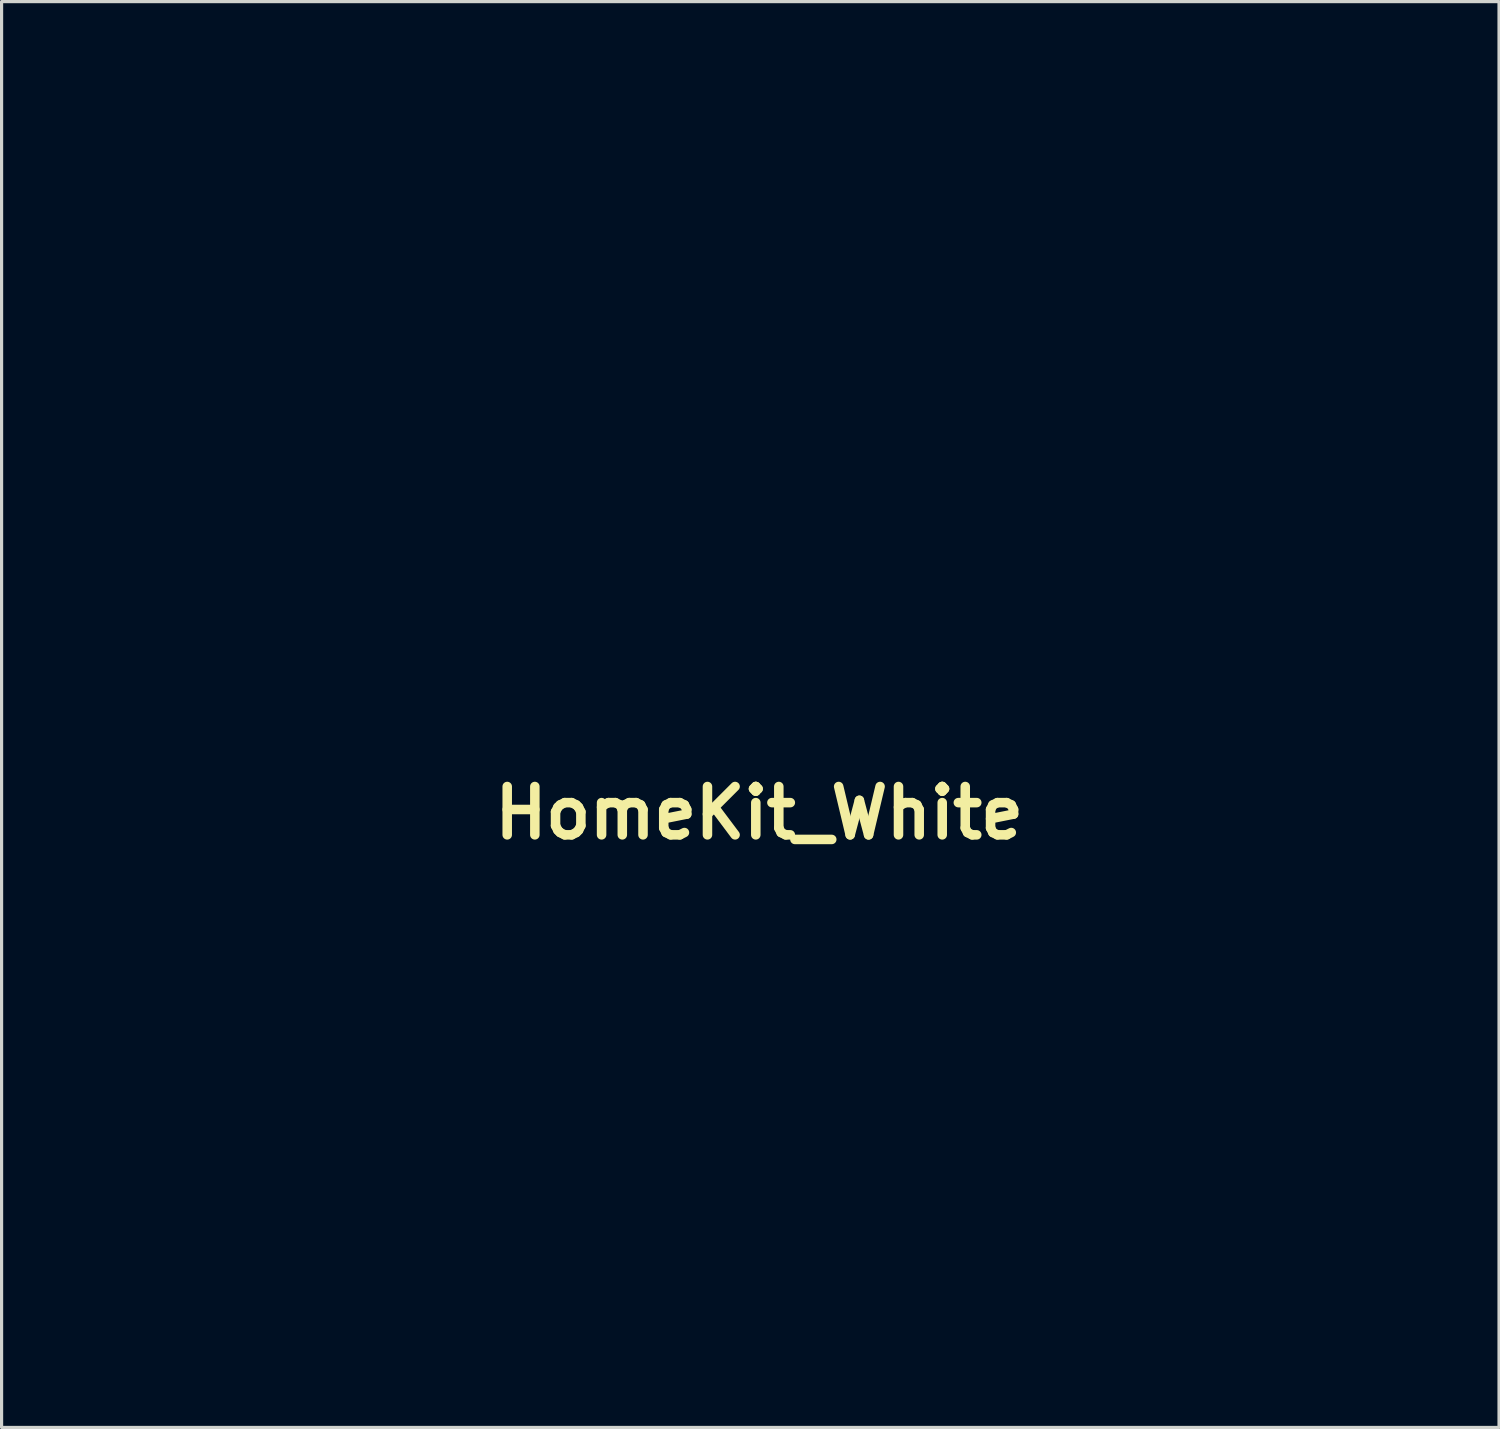
<source format=kicad_pcb>
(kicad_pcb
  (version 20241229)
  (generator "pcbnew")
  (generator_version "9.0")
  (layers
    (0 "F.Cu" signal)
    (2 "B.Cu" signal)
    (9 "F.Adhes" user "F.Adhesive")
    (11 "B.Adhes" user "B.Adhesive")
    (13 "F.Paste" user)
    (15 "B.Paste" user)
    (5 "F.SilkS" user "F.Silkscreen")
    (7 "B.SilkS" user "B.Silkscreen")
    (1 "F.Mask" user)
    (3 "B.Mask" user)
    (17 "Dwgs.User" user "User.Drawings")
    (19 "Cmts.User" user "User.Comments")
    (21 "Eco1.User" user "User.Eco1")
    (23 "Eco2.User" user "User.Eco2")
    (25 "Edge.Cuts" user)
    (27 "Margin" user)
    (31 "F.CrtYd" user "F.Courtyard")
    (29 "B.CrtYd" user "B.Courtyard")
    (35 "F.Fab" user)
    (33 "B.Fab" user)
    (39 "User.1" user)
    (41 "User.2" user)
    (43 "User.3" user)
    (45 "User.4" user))
  (footprint "HomeKit_White"
    (layer "F.Cu")
    (at 20.889 22.583)
    (property "Reference" "HomeKit_White" (at 0 0 0) (layer "F.SilkS") (effects (font (size 1.524 1.524) (thickness 0.3))))
    (attr through_hole)
    (fp_poly (pts (xy -20.602 -6.35) (xy -20.743 -6.209) (xy -20.884 -6.35) (xy -20.743 -6.491) (xy -20.602 -6.35)) (stroke (width 0.01) (type solid)) (fill yes) (layer "F.Mask"))
    (fp_poly (pts (xy -20.038 -6.632) (xy -20.179 -6.491) (xy -20.32 -6.632) (xy -20.179 -6.773) (xy -20.038 -6.632)) (stroke (width 0.01) (type solid)) (fill yes) (layer "F.Mask"))
    (fp_poly (pts (xy -18.627 -6.632) (xy -18.768 -6.491) (xy -18.909 -6.632) (xy -18.768 -6.773) (xy -18.627 -6.632)) (stroke (width 0.01) (type solid)) (fill yes) (layer "F.Mask"))
    (fp_poly (pts (xy -18.344 -7.761) (xy -18.486 -7.62) (xy -18.627 -7.761) (xy -18.486 -7.902) (xy -18.344 -7.761)) (stroke (width 0.01) (type solid)) (fill yes) (layer "F.Mask"))
    (fp_poly (pts (xy -16.651 -8.89) (xy -16.792 -8.749) (xy -16.933 -8.89) (xy -16.792 -9.031) (xy -16.651 -8.89)) (stroke (width 0.01) (type solid)) (fill yes) (layer "F.Mask"))
    (fp_poly (pts (xy -16.369 -6.068) (xy -16.51 -5.927) (xy -16.651 -6.068) (xy -16.51 -6.209) (xy -16.369 -6.068)) (stroke (width 0.01) (type solid)) (fill yes) (layer "F.Mask"))
    (fp_poly (pts (xy -16.087 15.099) (xy -16.228 15.24) (xy -16.369 15.099) (xy -16.228 14.958) (xy -16.087 15.099)) (stroke (width 0.01) (type solid)) (fill yes) (layer "F.Mask"))
    (fp_poly (pts (xy -15.522 -4.939) (xy -15.663 -4.798) (xy -15.804 -4.939) (xy -15.663 -5.08) (xy -15.522 -4.939)) (stroke (width 0.01) (type solid)) (fill yes) (layer "F.Mask"))
    (fp_poly (pts (xy -15.24 -8.608) (xy -15.381 -8.467) (xy -15.522 -8.608) (xy -15.381 -8.749) (xy -15.24 -8.608)) (stroke (width 0.01) (type solid)) (fill yes) (layer "F.Mask"))
    (fp_poly (pts (xy -14.958 -10.583) (xy -15.099 -10.442) (xy -15.24 -10.583) (xy -15.099 -10.724) (xy -14.958 -10.583)) (stroke (width 0.01) (type solid)) (fill yes) (layer "F.Mask"))
    (fp_poly (pts (xy -14.958 12.841) (xy -15.099 12.982) (xy -15.24 12.841) (xy -15.099 12.7) (xy -14.958 12.841)) (stroke (width 0.01) (type solid)) (fill yes) (layer "F.Mask"))
    (fp_poly (pts (xy -14.676 -8.326) (xy -14.817 -8.184) (xy -14.958 -8.326) (xy -14.817 -8.467) (xy -14.676 -8.326)) (stroke (width 0.01) (type solid)) (fill yes) (layer "F.Mask"))
    (fp_poly (pts (xy -14.676 -6.914) (xy -14.817 -6.773) (xy -14.958 -6.914) (xy -14.817 -7.056) (xy -14.676 -6.914)) (stroke (width 0.01) (type solid)) (fill yes) (layer "F.Mask"))
    (fp_poly (pts (xy -14.111 -9.737) (xy -14.252 -9.596) (xy -14.393 -9.737) (xy -14.252 -9.878) (xy -14.111 -9.737)) (stroke (width 0.01) (type solid)) (fill yes) (layer "F.Mask"))
    (fp_poly (pts (xy -13.829 -10.301) (xy -13.97 -10.16) (xy -14.111 -10.301) (xy -13.97 -10.442) (xy -13.829 -10.301)) (stroke (width 0.01) (type solid)) (fill yes) (layer "F.Mask"))
    (fp_poly (pts (xy -12.982 13.97) (xy -13.123 14.111) (xy -13.264 13.97) (xy -13.123 13.829) (xy -12.982 13.97)) (stroke (width 0.01) (type solid)) (fill yes) (layer "F.Mask"))
    (fp_poly (pts (xy -12.418 -12.841) (xy -12.559 -12.7) (xy -12.7 -12.841) (xy -12.559 -12.982) (xy -12.418 -12.841)) (stroke (width 0.01) (type solid)) (fill yes) (layer "F.Mask"))
    (fp_poly (pts (xy -11.289 -13.123) (xy -11.43 -12.982) (xy -11.571 -13.123) (xy -11.43 -13.264) (xy -11.289 -13.123)) (stroke (width 0.01) (type solid)) (fill yes) (layer "F.Mask"))
    (fp_poly (pts (xy -11.289 -11.994) (xy -11.43 -11.853) (xy -11.571 -11.994) (xy -11.43 -12.136) (xy -11.289 -11.994)) (stroke (width 0.01) (type solid)) (fill yes) (layer "F.Mask"))
    (fp_poly (pts (xy -9.878 -14.817) (xy -10.019 -14.676) (xy -10.16 -14.817) (xy -10.019 -14.958) (xy -9.878 -14.817)) (stroke (width 0.01) (type solid)) (fill yes) (layer "F.Mask"))
    (fp_poly (pts (xy -9.031 -13.97) (xy -9.172 -13.829) (xy -9.313 -13.97) (xy -9.172 -14.111) (xy -9.031 -13.97)) (stroke (width 0.01) (type solid)) (fill yes) (layer "F.Mask"))
    (fp_poly (pts (xy -9.031 -6.914) (xy -9.172 -6.773) (xy -9.313 -6.914) (xy -9.172 -7.056) (xy -9.031 -6.914)) (stroke (width 0.01) (type solid)) (fill yes) (layer "F.Mask"))
    (fp_poly (pts (xy -9.031 -6.35) (xy -9.172 -6.209) (xy -9.313 -6.35) (xy -9.172 -6.491) (xy -9.031 -6.35)) (stroke (width 0.01) (type solid)) (fill yes) (layer "F.Mask"))
    (fp_poly (pts (xy -9.031 8.89) (xy -9.172 9.031) (xy -9.313 8.89) (xy -9.172 8.749) (xy -9.031 8.89)) (stroke (width 0.01) (type solid)) (fill yes) (layer "F.Mask"))
    (fp_poly (pts (xy -9.031 9.454) (xy -9.172 9.596) (xy -9.313 9.454) (xy -9.172 9.313) (xy -9.031 9.454)) (stroke (width 0.01) (type solid)) (fill yes) (layer "F.Mask"))
    (fp_poly (pts (xy -8.749 -13.123) (xy -8.89 -12.982) (xy -9.031 -13.123) (xy -8.89 -13.264) (xy -8.749 -13.123)) (stroke (width 0.01) (type solid)) (fill yes) (layer "F.Mask"))
    (fp_poly (pts (xy -8.184 -13.688) (xy -8.326 -13.547) (xy -8.467 -13.688) (xy -8.326 -13.829) (xy -8.184 -13.688)) (stroke (width 0.01) (type solid)) (fill yes) (layer "F.Mask"))
    (fp_poly (pts (xy -8.184 7.197) (xy -8.326 7.338) (xy -8.467 7.197) (xy -8.326 7.056) (xy -8.184 7.197)) (stroke (width 0.01) (type solid)) (fill yes) (layer "F.Mask"))
    (fp_poly (pts (xy -7.902 -4.657) (xy -8.043 -4.516) (xy -8.184 -4.657) (xy -8.043 -4.798) (xy -7.902 -4.657)) (stroke (width 0.01) (type solid)) (fill yes) (layer "F.Mask"))
    (fp_poly (pts (xy -7.338 -16.792) (xy -7.479 -16.651) (xy -7.62 -16.792) (xy -7.479 -16.933) (xy -7.338 -16.792)) (stroke (width 0.01) (type solid)) (fill yes) (layer "F.Mask"))
    (fp_poly (pts (xy -7.338 -15.663) (xy -7.479 -15.522) (xy -7.62 -15.663) (xy -7.479 -15.804) (xy -7.338 -15.663)) (stroke (width 0.01) (type solid)) (fill yes) (layer "F.Mask"))
    (fp_poly (pts (xy -6.773 -8.608) (xy -6.914 -8.467) (xy -7.056 -8.608) (xy -6.914 -8.749) (xy -6.773 -8.608)) (stroke (width 0.01) (type solid)) (fill yes) (layer "F.Mask"))
    (fp_poly (pts (xy -6.773 7.197) (xy -6.914 7.338) (xy -7.056 7.197) (xy -6.914 7.056) (xy -6.773 7.197)) (stroke (width 0.01) (type solid)) (fill yes) (layer "F.Mask"))
    (fp_poly (pts (xy -5.927 -16.228) (xy -6.068 -16.087) (xy -6.209 -16.228) (xy -6.068 -16.369) (xy -5.927 -16.228)) (stroke (width 0.01) (type solid)) (fill yes) (layer "F.Mask"))
    (fp_poly (pts (xy -5.927 -7.479) (xy -6.068 -7.338) (xy -6.209 -7.479) (xy -6.068 -7.62) (xy -5.927 -7.479)) (stroke (width 0.01) (type solid)) (fill yes) (layer "F.Mask"))
    (fp_poly (pts (xy -5.644 -9.172) (xy -5.786 -9.031) (xy -5.927 -9.172) (xy -5.786 -9.313) (xy -5.644 -9.172)) (stroke (width 0.01) (type solid)) (fill yes) (layer "F.Mask"))
    (fp_poly (pts (xy -5.08 -18.486) (xy -5.221 -18.344) (xy -5.362 -18.486) (xy -5.221 -18.627) (xy -5.08 -18.486)) (stroke (width 0.01) (type solid)) (fill yes) (layer "F.Mask"))
    (fp_poly (pts (xy -3.951 -19.332) (xy -4.092 -19.191) (xy -4.233 -19.332) (xy -4.092 -19.473) (xy -3.951 -19.332)) (stroke (width 0.01) (type solid)) (fill yes) (layer "F.Mask"))
    (fp_poly (pts (xy -3.951 -8.326) (xy -4.092 -8.184) (xy -4.233 -8.326) (xy -4.092 -8.467) (xy -3.951 -8.326)) (stroke (width 0.01) (type solid)) (fill yes) (layer "F.Mask"))
    (fp_poly (pts (xy -3.951 -2.117) (xy -4.092 -1.976) (xy -4.233 -2.117) (xy -4.092 -2.258) (xy -3.951 -2.117)) (stroke (width 0.01) (type solid)) (fill yes) (layer "F.Mask"))
    (fp_poly (pts (xy -3.669 -2.963) (xy -3.81 -2.822) (xy -3.951 -2.963) (xy -3.81 -3.104) (xy -3.669 -2.963)) (stroke (width 0.01) (type solid)) (fill yes) (layer "F.Mask"))
    (fp_poly (pts (xy -3.669 1.27) (xy -3.81 1.411) (xy -3.951 1.27) (xy -3.81 1.129) (xy -3.669 1.27)) (stroke (width 0.01) (type solid)) (fill yes) (layer "F.Mask"))
    (fp_poly (pts (xy -3.387 -2.399) (xy -3.528 -2.258) (xy -3.669 -2.399) (xy -3.528 -2.54) (xy -3.387 -2.399)) (stroke (width 0.01) (type solid)) (fill yes) (layer "F.Mask"))
    (fp_poly (pts (xy -3.104 -3.246) (xy -3.246 -3.104) (xy -3.387 -3.246) (xy -3.246 -3.387) (xy -3.104 -3.246)) (stroke (width 0.01) (type solid)) (fill yes) (layer "F.Mask"))
    (fp_poly (pts (xy -2.822 -17.921) (xy -2.963 -17.78) (xy -3.104 -17.921) (xy -2.963 -18.062) (xy -2.822 -17.921)) (stroke (width 0.01) (type solid)) (fill yes) (layer "F.Mask"))
    (fp_poly (pts (xy -2.822 1.27) (xy -2.963 1.411) (xy -3.104 1.27) (xy -2.963 1.129) (xy -2.822 1.27)) (stroke (width 0.01) (type solid)) (fill yes) (layer "F.Mask"))
    (fp_poly (pts (xy -2.258 -19.05) (xy -2.399 -18.909) (xy -2.54 -19.05) (xy -2.399 -19.191) (xy -2.258 -19.05)) (stroke (width 0.01) (type solid)) (fill yes) (layer "F.Mask"))
    (fp_poly (pts (xy -2.258 1.27) (xy -2.399 1.411) (xy -2.54 1.27) (xy -2.399 1.129) (xy -2.258 1.27)) (stroke (width 0.01) (type solid)) (fill yes) (layer "F.Mask"))
    (fp_poly (pts (xy -1.976 -19.614) (xy -2.117 -19.473) (xy -2.258 -19.614) (xy -2.117 -19.756) (xy -1.976 -19.614)) (stroke (width 0.01) (type solid)) (fill yes) (layer "F.Mask"))
    (fp_poly (pts (xy -1.976 2.399) (xy -2.117 2.54) (xy -2.258 2.399) (xy -2.117 2.258) (xy -1.976 2.399)) (stroke (width 0.01) (type solid)) (fill yes) (layer "F.Mask"))
    (fp_poly (pts (xy -1.411 1.552) (xy -1.552 1.693) (xy -1.693 1.552) (xy -1.552 1.411) (xy -1.411 1.552)) (stroke (width 0.01) (type solid)) (fill yes) (layer "F.Mask"))
    (fp_poly (pts (xy -1.129 -19.332) (xy -1.27 -19.191) (xy -1.411 -19.332) (xy -1.27 -19.473) (xy -1.129 -19.332)) (stroke (width 0.01) (type solid)) (fill yes) (layer "F.Mask"))
    (fp_poly (pts (xy -0.847 -12.841) (xy -0.988 -12.7) (xy -1.129 -12.841) (xy -0.988 -12.982) (xy -0.847 -12.841)) (stroke (width 0.01) (type solid)) (fill yes) (layer "F.Mask"))
    (fp_poly (pts (xy -0.847 2.117) (xy -0.988 2.258) (xy -1.129 2.117) (xy -0.988 1.976) (xy -0.847 2.117)) (stroke (width 0.01) (type solid)) (fill yes) (layer "F.Mask"))
    (fp_poly (pts (xy -0.282 -13.688) (xy -0.423 -13.547) (xy -0.564 -13.688) (xy -0.423 -13.829) (xy -0.282 -13.688)) (stroke (width 0.01) (type solid)) (fill yes) (layer "F.Mask"))
    (fp_poly (pts (xy -0.282 -12.841) (xy -0.423 -12.7) (xy -0.564 -12.841) (xy -0.423 -12.982) (xy -0.282 -12.841)) (stroke (width 0.01) (type solid)) (fill yes) (layer "F.Mask"))
    (fp_poly (pts (xy 0 -11.43) (xy -0.141 -11.289) (xy -0.282 -11.43) (xy -0.141 -11.571) (xy 0 -11.43)) (stroke (width 0.01) (type solid)) (fill yes) (layer "F.Mask"))
    (fp_poly (pts (xy 0.282 -22.437) (xy 0.141 -22.296) (xy 0 -22.437) (xy 0.141 -22.578) (xy 0.282 -22.437)) (stroke (width 0.01) (type solid)) (fill yes) (layer "F.Mask"))
    (fp_poly (pts (xy 0.564 -20.179) (xy 0.423 -20.038) (xy 0.282 -20.179) (xy 0.423 -20.32) (xy 0.564 -20.179)) (stroke (width 0.01) (type solid)) (fill yes) (layer "F.Mask"))
    (fp_poly (pts (xy 0.847 -12.841) (xy 0.706 -12.7) (xy 0.564 -12.841) (xy 0.706 -12.982) (xy 0.847 -12.841)) (stroke (width 0.01) (type solid)) (fill yes) (layer "F.Mask"))
    (fp_poly (pts (xy 1.411 -20.461) (xy 1.27 -20.32) (xy 1.129 -20.461) (xy 1.27 -20.602) (xy 1.411 -20.461)) (stroke (width 0.01) (type solid)) (fill yes) (layer "F.Mask"))
    (fp_poly (pts (xy 1.411 -12.277) (xy 1.27 -12.136) (xy 1.129 -12.277) (xy 1.27 -12.418) (xy 1.411 -12.277)) (stroke (width 0.01) (type solid)) (fill yes) (layer "F.Mask"))
    (fp_poly (pts (xy 1.411 -5.221) (xy 1.27 -5.08) (xy 1.129 -5.221) (xy 1.27 -5.362) (xy 1.411 -5.221)) (stroke (width 0.01) (type solid)) (fill yes) (layer "F.Mask"))
    (fp_poly (pts (xy 1.411 1.552) (xy 1.27 1.693) (xy 1.129 1.552) (xy 1.27 1.411) (xy 1.411 1.552)) (stroke (width 0.01) (type solid)) (fill yes) (layer "F.Mask"))
    (fp_poly (pts (xy 1.693 -10.866) (xy 1.552 -10.724) (xy 1.411 -10.866) (xy 1.552 -11.007) (xy 1.693 -10.866)) (stroke (width 0.01) (type solid)) (fill yes) (layer "F.Mask"))
    (fp_poly (pts (xy 1.693 -2.681) (xy 1.552 -2.54) (xy 1.411 -2.681) (xy 1.552 -2.822) (xy 1.693 -2.681)) (stroke (width 0.01) (type solid)) (fill yes) (layer "F.Mask"))
    (fp_poly (pts (xy 1.976 -12.559) (xy 1.834 -12.418) (xy 1.693 -12.559) (xy 1.834 -12.7) (xy 1.976 -12.559)) (stroke (width 0.01) (type solid)) (fill yes) (layer "F.Mask"))
    (fp_poly (pts (xy 2.258 -11.43) (xy 2.117 -11.289) (xy 1.976 -11.43) (xy 2.117 -11.571) (xy 2.258 -11.43)) (stroke (width 0.01) (type solid)) (fill yes) (layer "F.Mask"))
    (fp_poly (pts (xy 2.258 -10.583) (xy 2.117 -10.442) (xy 1.976 -10.583) (xy 2.117 -10.724) (xy 2.258 -10.583)) (stroke (width 0.01) (type solid)) (fill yes) (layer "F.Mask"))
    (fp_poly (pts (xy 2.258 -3.246) (xy 2.117 -3.104) (xy 1.976 -3.246) (xy 2.117 -3.387) (xy 2.258 -3.246)) (stroke (width 0.01) (type solid)) (fill yes) (layer "F.Mask"))
    (fp_poly (pts (xy 2.54 -18.768) (xy 2.399 -18.627) (xy 2.258 -18.768) (xy 2.399 -18.909) (xy 2.54 -18.768)) (stroke (width 0.01) (type solid)) (fill yes) (layer "F.Mask"))
    (fp_poly (pts (xy 2.54 -2.117) (xy 2.399 -1.976) (xy 2.258 -2.117) (xy 2.399 -2.258) (xy 2.54 -2.117)) (stroke (width 0.01) (type solid)) (fill yes) (layer "F.Mask"))
    (fp_poly (pts (xy 2.822 -19.897) (xy 2.681 -19.756) (xy 2.54 -19.897) (xy 2.681 -20.038) (xy 2.822 -19.897)) (stroke (width 0.01) (type solid)) (fill yes) (layer "F.Mask"))
    (fp_poly (pts (xy 3.104 -11.712) (xy 2.963 -11.571) (xy 2.822 -11.712) (xy 2.963 -11.853) (xy 3.104 -11.712)) (stroke (width 0.01) (type solid)) (fill yes) (layer "F.Mask"))
    (fp_poly (pts (xy 3.387 -17.357) (xy 3.246 -17.216) (xy 3.104 -17.357) (xy 3.246 -17.498) (xy 3.387 -17.357)) (stroke (width 0.01) (type solid)) (fill yes) (layer "F.Mask"))
    (fp_poly (pts (xy 3.951 -17.921) (xy 3.81 -17.78) (xy 3.669 -17.921) (xy 3.81 -18.062) (xy 3.951 -17.921)) (stroke (width 0.01) (type solid)) (fill yes) (layer "F.Mask"))
    (fp_poly (pts (xy 4.516 -10.583) (xy 4.374 -10.442) (xy 4.233 -10.583) (xy 4.374 -10.724) (xy 4.516 -10.583)) (stroke (width 0.01) (type solid)) (fill yes) (layer "F.Mask"))
    (fp_poly (pts (xy 4.798 -18.203) (xy 4.657 -18.062) (xy 4.516 -18.203) (xy 4.657 -18.344) (xy 4.798 -18.203)) (stroke (width 0.01) (type solid)) (fill yes) (layer "F.Mask"))
    (fp_poly (pts (xy 4.798 -16.51) (xy 4.657 -16.369) (xy 4.516 -16.51) (xy 4.657 -16.651) (xy 4.798 -16.51)) (stroke (width 0.01) (type solid)) (fill yes) (layer "F.Mask"))
    (fp_poly (pts (xy 5.644 -9.737) (xy 5.503 -9.596) (xy 5.362 -9.737) (xy 5.503 -9.878) (xy 5.644 -9.737)) (stroke (width 0.01) (type solid)) (fill yes) (layer "F.Mask"))
    (fp_poly (pts (xy 6.491 -8.608) (xy 6.35 -8.467) (xy 6.209 -8.608) (xy 6.35 -8.749) (xy 6.491 -8.608)) (stroke (width 0.01) (type solid)) (fill yes) (layer "F.Mask"))
    (fp_poly (pts (xy 7.056 -16.228) (xy 6.914 -16.087) (xy 6.773 -16.228) (xy 6.914 -16.369) (xy 7.056 -16.228)) (stroke (width 0.01) (type solid)) (fill yes) (layer "F.Mask"))
    (fp_poly (pts (xy 7.056 -8.608) (xy 6.914 -8.467) (xy 6.773 -8.608) (xy 6.914 -8.749) (xy 7.056 -8.608)) (stroke (width 0.01) (type solid)) (fill yes) (layer "F.Mask"))
    (fp_poly (pts (xy 7.62 -16.51) (xy 7.479 -16.369) (xy 7.338 -16.51) (xy 7.479 -16.651) (xy 7.62 -16.51)) (stroke (width 0.01) (type solid)) (fill yes) (layer "F.Mask"))
    (fp_poly (pts (xy 7.902 -15.381) (xy 7.761 -15.24) (xy 7.62 -15.381) (xy 7.761 -15.522) (xy 7.902 -15.381)) (stroke (width 0.01) (type solid)) (fill yes) (layer "F.Mask"))
    (fp_poly (pts (xy 8.184 -4.374) (xy 8.043 -4.233) (xy 7.902 -4.374) (xy 8.043 -4.516) (xy 8.184 -4.374)) (stroke (width 0.01) (type solid)) (fill yes) (layer "F.Mask"))
    (fp_poly (pts (xy 8.467 -15.381) (xy 8.326 -15.24) (xy 8.184 -15.381) (xy 8.326 -15.522) (xy 8.467 -15.381)) (stroke (width 0.01) (type solid)) (fill yes) (layer "F.Mask"))
    (fp_poly (pts (xy 8.749 -14.817) (xy 8.608 -14.676) (xy 8.467 -14.817) (xy 8.608 -14.958) (xy 8.749 -14.817)) (stroke (width 0.01) (type solid)) (fill yes) (layer "F.Mask"))
    (fp_poly (pts (xy 8.749 -13.406) (xy 8.608 -13.264) (xy 8.467 -13.406) (xy 8.608 -13.547) (xy 8.749 -13.406)) (stroke (width 0.01) (type solid)) (fill yes) (layer "F.Mask"))
    (fp_poly (pts (xy 8.749 8.608) (xy 8.608 8.749) (xy 8.467 8.608) (xy 8.608 8.467) (xy 8.749 8.608)) (stroke (width 0.01) (type solid)) (fill yes) (layer "F.Mask"))
    (fp_poly (pts (xy 9.313 -13.688) (xy 9.172 -13.547) (xy 9.031 -13.688) (xy 9.172 -13.829) (xy 9.313 -13.688)) (stroke (width 0.01) (type solid)) (fill yes) (layer "F.Mask"))
    (fp_poly (pts (xy 9.596 -12.841) (xy 9.454 -12.7) (xy 9.313 -12.841) (xy 9.454 -12.982) (xy 9.596 -12.841)) (stroke (width 0.01) (type solid)) (fill yes) (layer "F.Mask"))
    (fp_poly (pts (xy 9.878 -6.068) (xy 9.737 -5.927) (xy 9.596 -6.068) (xy 9.737 -6.209) (xy 9.878 -6.068)) (stroke (width 0.01) (type solid)) (fill yes) (layer "F.Mask"))
    (fp_poly (pts (xy 9.878 9.172) (xy 9.737 9.313) (xy 9.596 9.172) (xy 9.737 9.031) (xy 9.878 9.172)) (stroke (width 0.01) (type solid)) (fill yes) (layer "F.Mask"))
    (fp_poly (pts (xy 13.547 -17.074) (xy 13.406 -16.933) (xy 13.264 -17.074) (xy 13.406 -17.216) (xy 13.547 -17.074)) (stroke (width 0.01) (type solid)) (fill yes) (layer "F.Mask"))
    (fp_poly (pts (xy 13.829 -13.688) (xy 13.688 -13.547) (xy 13.547 -13.688) (xy 13.688 -13.829) (xy 13.829 -13.688)) (stroke (width 0.01) (type solid)) (fill yes) (layer "F.Mask"))
    (fp_poly (pts (xy 14.111 -15.946) (xy 13.97 -15.804) (xy 13.829 -15.946) (xy 13.97 -16.087) (xy 14.111 -15.946)) (stroke (width 0.01) (type solid)) (fill yes) (layer "F.Mask"))
    (fp_poly (pts (xy 14.111 -9.172) (xy 13.97 -9.031) (xy 13.829 -9.172) (xy 13.97 -9.313) (xy 14.111 -9.172)) (stroke (width 0.01) (type solid)) (fill yes) (layer "F.Mask"))
    (fp_poly (pts (xy 14.393 -10.019) (xy 14.252 -9.878) (xy 14.111 -10.019) (xy 14.252 -10.16) (xy 14.393 -10.019)) (stroke (width 0.01) (type solid)) (fill yes) (layer "F.Mask"))
    (fp_poly (pts (xy 14.676 -16.51) (xy 14.534 -16.369) (xy 14.393 -16.51) (xy 14.534 -16.651) (xy 14.676 -16.51)) (stroke (width 0.01) (type solid)) (fill yes) (layer "F.Mask"))
    (fp_poly (pts (xy 14.958 12.559) (xy 14.817 12.7) (xy 14.676 12.559) (xy 14.817 12.418) (xy 14.958 12.559)) (stroke (width 0.01) (type solid)) (fill yes) (layer "F.Mask"))
    (fp_poly (pts (xy 14.958 15.946) (xy 14.817 16.087) (xy 14.676 15.946) (xy 14.817 15.804) (xy 14.958 15.946)) (stroke (width 0.01) (type solid)) (fill yes) (layer "F.Mask"))
    (fp_poly (pts (xy 15.24 14.252) (xy 15.099 14.393) (xy 14.958 14.252) (xy 15.099 14.111) (xy 15.24 14.252)) (stroke (width 0.01) (type solid)) (fill yes) (layer "F.Mask"))
    (fp_poly (pts (xy 15.522 -15.946) (xy 15.381 -15.804) (xy 15.24 -15.946) (xy 15.381 -16.087) (xy 15.522 -15.946)) (stroke (width 0.01) (type solid)) (fill yes) (layer "F.Mask"))
    (fp_poly (pts (xy 15.522 -10.583) (xy 15.381 -10.442) (xy 15.24 -10.583) (xy 15.381 -10.724) (xy 15.522 -10.583)) (stroke (width 0.01) (type solid)) (fill yes) (layer "F.Mask"))
    (fp_poly (pts (xy 15.522 16.228) (xy 15.381 16.369) (xy 15.24 16.228) (xy 15.381 16.087) (xy 15.522 16.228)) (stroke (width 0.01) (type solid)) (fill yes) (layer "F.Mask"))
    (fp_poly (pts (xy 15.804 -7.761) (xy 15.663 -7.62) (xy 15.522 -7.761) (xy 15.663 -7.902) (xy 15.804 -7.761)) (stroke (width 0.01) (type solid)) (fill yes) (layer "F.Mask"))
    (fp_poly (pts (xy 16.087 -16.792) (xy 15.946 -16.651) (xy 15.804 -16.792) (xy 15.946 -16.933) (xy 16.087 -16.792)) (stroke (width 0.01) (type solid)) (fill yes) (layer "F.Mask"))
    (fp_poly (pts (xy 16.369 12.277) (xy 16.228 12.418) (xy 16.087 12.277) (xy 16.228 12.136) (xy 16.369 12.277)) (stroke (width 0.01) (type solid)) (fill yes) (layer "F.Mask"))
    (fp_poly (pts (xy 16.933 -8.608) (xy 16.792 -8.467) (xy 16.651 -8.608) (xy 16.792 -8.749) (xy 16.933 -8.608)) (stroke (width 0.01) (type solid)) (fill yes) (layer "F.Mask"))
    (fp_poly (pts (xy 16.933 -7.197) (xy 16.792 -7.056) (xy 16.651 -7.197) (xy 16.792 -7.338) (xy 16.933 -7.197)) (stroke (width 0.01) (type solid)) (fill yes) (layer "F.Mask"))
    (fp_poly (pts (xy 17.216 -5.503) (xy 17.074 -5.362) (xy 16.933 -5.503) (xy 17.074 -5.644) (xy 17.216 -5.503)) (stroke (width 0.01) (type solid)) (fill yes) (layer "F.Mask"))
    (fp_poly (pts (xy 17.498 -6.632) (xy 17.357 -6.491) (xy 17.216 -6.632) (xy 17.357 -6.773) (xy 17.498 -6.632)) (stroke (width 0.01) (type solid)) (fill yes) (layer "F.Mask"))
    (fp_poly (pts (xy 17.498 -6.068) (xy 17.357 -5.927) (xy 17.216 -6.068) (xy 17.357 -6.209) (xy 17.498 -6.068)) (stroke (width 0.01) (type solid)) (fill yes) (layer "F.Mask"))
    (fp_poly (pts (xy 18.627 -6.35) (xy 18.486 -6.209) (xy 18.344 -6.35) (xy 18.486 -6.491) (xy 18.627 -6.35)) (stroke (width 0.01) (type solid)) (fill yes) (layer "F.Mask"))
    (fp_poly (pts (xy 20.32 -5.786) (xy 20.179 -5.644) (xy 20.038 -5.786) (xy 20.179 -5.927) (xy 20.32 -5.786)) (stroke (width 0.01) (type solid)) (fill yes) (layer "F.Mask"))
    (fp_poly (pts (xy -15.899 14.205) (xy -15.865 14.54) (xy -15.899 14.581) (xy -16.066 14.543) (xy -16.087 14.393) (xy -15.983 14.161) (xy -15.899 14.205)) (stroke (width 0.01) (type solid)) (fill yes) (layer "F.Mask"))
    (fp_poly (pts (xy -15.899 15.899) (xy -15.937 16.066) (xy -16.087 16.087) (xy -16.319 15.983) (xy -16.275 15.899) (xy -15.94 15.865) (xy -15.899 15.899)) (stroke (width 0.01) (type solid)) (fill yes) (layer "F.Mask"))
    (fp_poly (pts (xy -12.794 -10.348) (xy -12.76 -10.013) (xy -12.794 -9.972) (xy -12.962 -10.011) (xy -12.982 -10.16) (xy -12.879 -10.392) (xy -12.794 -10.348)) (stroke (width 0.01) (type solid)) (fill yes) (layer "F.Mask"))
    (fp_poly (pts (xy -8.843 -5.833) (xy -8.809 -5.498) (xy -8.843 -5.456) (xy -9.011 -5.495) (xy -9.031 -5.644) (xy -8.928 -5.877) (xy -8.843 -5.833)) (stroke (width 0.01) (type solid)) (fill yes) (layer "F.Mask"))
    (fp_poly (pts (xy -4.327 -10.348) (xy -4.366 -10.18) (xy -4.516 -10.16) (xy -4.748 -10.263) (xy -4.704 -10.348) (xy -4.369 -10.382) (xy -4.327 -10.348)) (stroke (width 0.01) (type solid)) (fill yes) (layer "F.Mask"))
    (fp_poly (pts (xy -2.634 2.916) (xy -2.6 3.251) (xy -2.634 3.293) (xy -2.802 3.254) (xy -2.822 3.104) (xy -2.719 2.872) (xy -2.634 2.916)) (stroke (width 0.01) (type solid)) (fill yes) (layer "F.Mask"))
    (fp_poly (pts (xy -2.352 -4.139) (xy -2.318 -3.804) (xy -2.352 -3.763) (xy -2.52 -3.802) (xy -2.54 -3.951) (xy -2.437 -4.183) (xy -2.352 -4.139)) (stroke (width 0.01) (type solid)) (fill yes) (layer "F.Mask"))
    (fp_poly (pts (xy -1.787 -3.857) (xy -1.754 -3.522) (xy -1.787 -3.481) (xy -1.955 -3.519) (xy -1.976 -3.669) (xy -1.872 -3.901) (xy -1.787 -3.857)) (stroke (width 0.01) (type solid)) (fill yes) (layer "F.Mask"))
    (fp_poly (pts (xy -1.223 -19.944) (xy -1.262 -19.776) (xy -1.411 -19.756) (xy -1.643 -19.859) (xy -1.599 -19.944) (xy -1.264 -19.977) (xy -1.223 -19.944)) (stroke (width 0.01) (type solid)) (fill yes) (layer "F.Mask"))
    (fp_poly (pts (xy 0.753 -22.201) (xy 0.786 -21.867) (xy 0.753 -21.825) (xy 0.585 -21.864) (xy 0.564 -22.013) (xy 0.668 -22.246) (xy 0.753 -22.201)) (stroke (width 0.01) (type solid)) (fill yes) (layer "F.Mask"))
    (fp_poly (pts (xy 11.759 -12.888) (xy 11.721 -12.72) (xy 11.571 -12.7) (xy 11.339 -12.803) (xy 11.383 -12.888) (xy 11.718 -12.922) (xy 11.759 -12.888)) (stroke (width 0.01) (type solid)) (fill yes) (layer "F.Mask"))
    (fp_poly (pts (xy 15.428 12.23) (xy 15.462 12.565) (xy 15.428 12.606) (xy 15.26 12.567) (xy 15.24 12.418) (xy 15.343 12.185) (xy 15.428 12.23)) (stroke (width 0.01) (type solid)) (fill yes) (layer "F.Mask"))
    (fp_poly (pts (xy -7.381 -6.941) (xy -7.081 -6.679) (xy -7.056 -6.616) (xy -7.189 -6.5) (xy -7.468 -6.759) (xy -7.506 -6.817) (xy -7.539 -7.01) (xy -7.381 -6.941)) (stroke (width 0.01) (type solid)) (fill yes) (layer "F.Mask"))
    (fp_poly (pts (xy -5.97 -17.666) (xy -5.667 -17.382) (xy -5.729 -17.218) (xy -5.769 -17.216) (xy -6.008 -17.416) (xy -6.095 -17.541) (xy -6.128 -17.735) (xy -5.97 -17.666)) (stroke (width 0.01) (type solid)) (fill yes) (layer "F.Mask"))
    (fp_poly (pts (xy -3.148 -20.206) (xy -2.845 -19.922) (xy -2.907 -19.758) (xy -2.947 -19.756) (xy -3.185 -19.956) (xy -3.273 -20.081) (xy -3.306 -20.275) (xy -3.148 -20.206)) (stroke (width 0.01) (type solid)) (fill yes) (layer "F.Mask"))
    (fp_poly (pts (xy -1.451 -11.455) (xy -1.313 -11.157) (xy -1.284 -10.722) (xy -1.365 -10.612) (xy -1.553 -10.732) (xy -1.617 -11.026) (xy -1.598 -11.509) (xy -1.451 -11.455)) (stroke (width 0.01) (type solid)) (fill yes) (layer "F.Mask"))
    (fp_poly (pts (xy 0.521 -6.095) (xy 0.821 -5.832) (xy 0.847 -5.769) (xy 0.713 -5.653) (xy 0.434 -5.913) (xy 0.396 -5.97) (xy 0.363 -6.163) (xy 0.521 -6.095)) (stroke (width 0.01) (type solid)) (fill yes) (layer "F.Mask"))
    (fp_poly (pts (xy 6.73 -7.506) (xy 7.033 -7.222) (xy 6.971 -7.058) (xy 6.931 -7.056) (xy 6.692 -7.256) (xy 6.605 -7.381) (xy 6.572 -7.575) (xy 6.73 -7.506)) (stroke (width 0.01) (type solid)) (fill yes) (layer "F.Mask"))
    (fp_poly (pts (xy 11.767 -11.986) (xy 11.606 -11.778) (xy 11.369 -11.6) (xy 11.428 -11.883) (xy 11.448 -11.936) (xy 11.672 -12.282) (xy 11.799 -12.284) (xy 11.767 -11.986)) (stroke (width 0.01) (type solid)) (fill yes) (layer "F.Mask"))
    (fp_poly (pts (xy 2.451 0.747) (xy 2.399 0.847) (xy 2.133 1.116) (xy 2.083 1.129) (xy 2.064 0.947) (xy 2.117 0.847) (xy 2.383 0.577) (xy 2.432 0.564) (xy 2.451 0.747)) (stroke (width 0.01) (type solid)) (fill yes) (layer "F.Mask"))
    (fp_poly (pts (xy 3.46 -19.29) (xy 3.619 -19.11) (xy 3.737 -18.82) (xy 3.403 -18.748) (xy 3.03 -18.899) (xy 3.026 -19.11) (xy 3.198 -19.442) (xy 3.241 -19.473) (xy 3.46 -19.29)) (stroke (width 0.01) (type solid)) (fill yes) (layer "F.Mask"))
    (fp_poly (pts (xy 5.556 -8.284) (xy 5.503 -8.184) (xy 5.237 -7.915) (xy 5.188 -7.902) (xy 5.169 -8.085) (xy 5.221 -8.184) (xy 5.487 -8.454) (xy 5.537 -8.467) (xy 5.556 -8.284)) (stroke (width 0.01) (type solid)) (fill yes) (layer "F.Mask")))
  (gr_rect
    (start -3 -3)
    (end 44.214 41.957)
    (stroke (width 0.1) (type default))
    (fill no)
    (layer "Edge.Cuts")))
</source>
